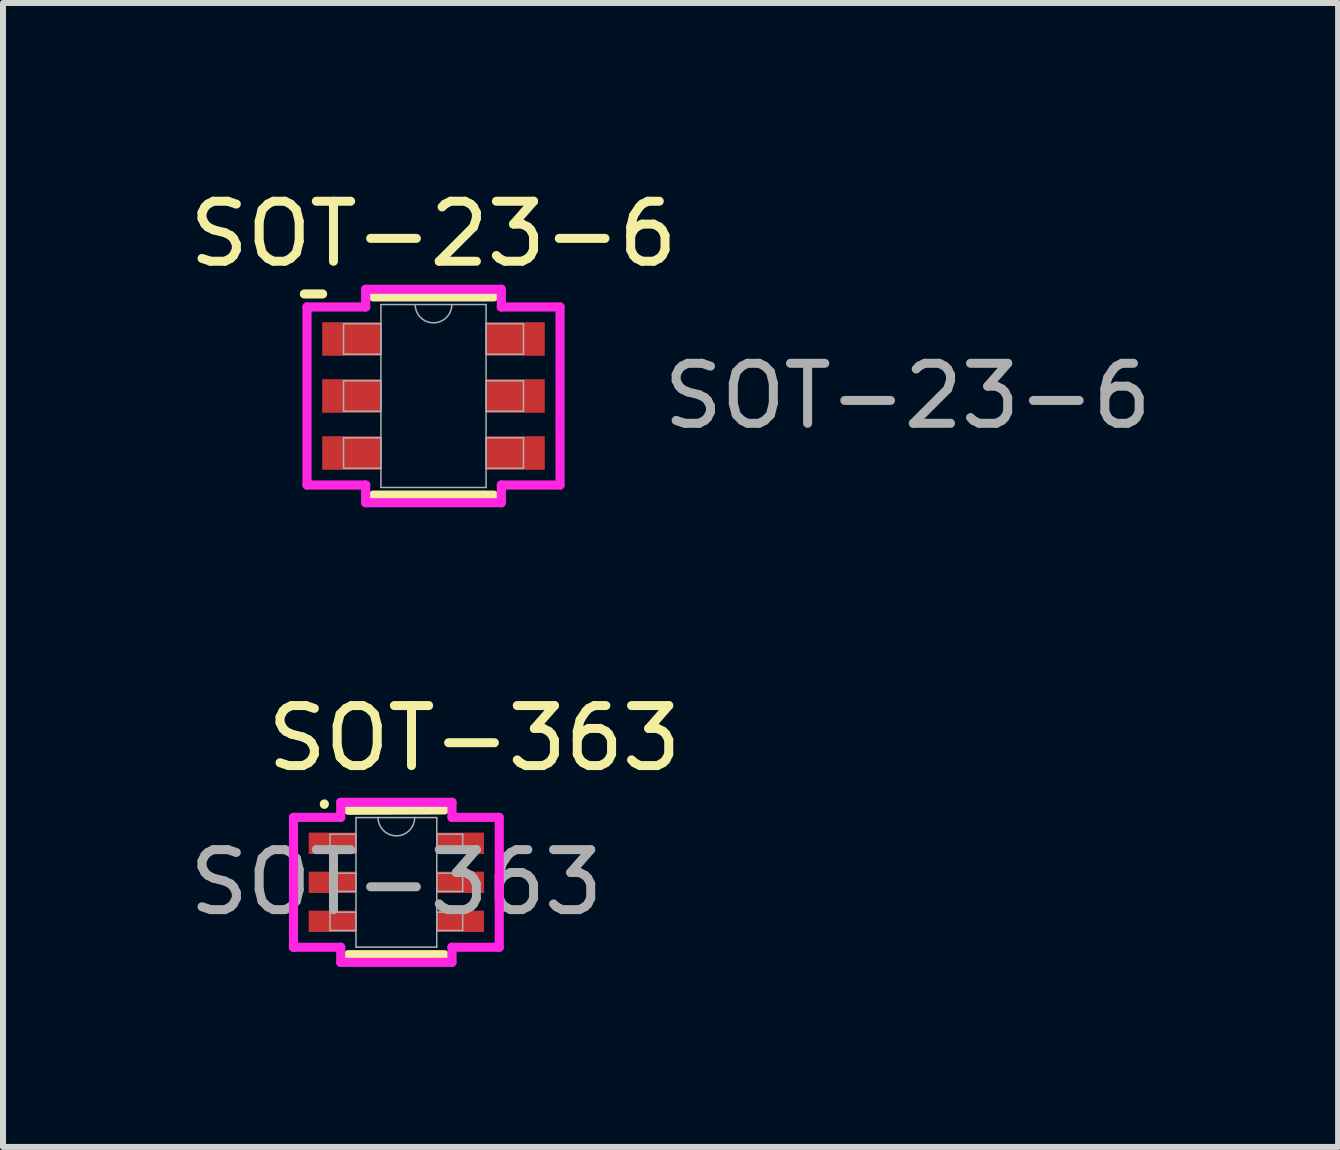
<source format=kicad_pcb>
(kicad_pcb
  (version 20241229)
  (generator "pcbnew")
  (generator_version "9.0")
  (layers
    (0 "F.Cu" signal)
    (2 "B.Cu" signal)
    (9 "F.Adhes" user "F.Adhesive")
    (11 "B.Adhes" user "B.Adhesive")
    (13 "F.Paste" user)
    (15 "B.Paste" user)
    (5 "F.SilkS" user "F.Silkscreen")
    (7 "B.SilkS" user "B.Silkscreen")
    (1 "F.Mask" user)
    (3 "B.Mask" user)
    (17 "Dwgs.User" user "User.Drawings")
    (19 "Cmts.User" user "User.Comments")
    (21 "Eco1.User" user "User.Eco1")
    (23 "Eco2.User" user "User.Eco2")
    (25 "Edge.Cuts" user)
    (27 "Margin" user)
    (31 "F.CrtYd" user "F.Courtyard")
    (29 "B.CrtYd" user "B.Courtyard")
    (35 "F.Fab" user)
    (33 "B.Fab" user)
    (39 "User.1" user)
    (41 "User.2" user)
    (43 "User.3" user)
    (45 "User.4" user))
  (footprint "SOT-363"
    (layer "F.Cu")
    (at 3.554 11.651)
    (property "Reference" "SOT-363" (at 1.3 -2.4 0) (unlocked yes) (layer "F.SilkS") (effects (font (size 1 1) (thickness 0.15))))
    (attr smd)
    (fp_line (start -1.2 -1.306) (end -1.2 -1.3) (stroke (width 0.152) (type solid)) (layer "F.SilkS"))
    (fp_line (start -0.8 1.206) (end 0.8 1.206) (stroke (width 0.152) (type solid)) (layer "F.SilkS"))
    (fp_line (start 0.8 -1.206) (end -0.8 -1.2) (stroke (width 0.152) (type solid)) (layer "F.SilkS"))
    (fp_line (start -1.714 -1.082) (end -0.927 -1.082) (stroke (width 0.152) (type solid)) (layer "F.CrtYd"))
    (fp_line (start -1.714 1.082) (end -1.714 -1.082) (stroke (width 0.152) (type solid)) (layer "F.CrtYd"))
    (fp_line (start -1.714 1.082) (end -0.927 1.082) (stroke (width 0.152) (type solid)) (layer "F.CrtYd"))
    (fp_line (start -0.927 -1.333) (end 0.927 -1.333) (stroke (width 0.152) (type solid)) (layer "F.CrtYd"))
    (fp_line (start -0.927 -1.082) (end -0.927 -1.333) (stroke (width 0.152) (type solid)) (layer "F.CrtYd"))
    (fp_line (start -0.927 1.333) (end -0.927 1.082) (stroke (width 0.152) (type solid)) (layer "F.CrtYd"))
    (fp_line (start 0.927 -1.333) (end 0.927 -1.082) (stroke (width 0.152) (type solid)) (layer "F.CrtYd"))
    (fp_line (start 0.927 1.082) (end 0.927 1.333) (stroke (width 0.152) (type solid)) (layer "F.CrtYd"))
    (fp_line (start 0.927 1.333) (end -0.927 1.333) (stroke (width 0.152) (type solid)) (layer "F.CrtYd"))
    (fp_line (start 1.714 -1.082) (end 0.927 -1.082) (stroke (width 0.152) (type solid)) (layer "F.CrtYd"))
    (fp_line (start 1.714 -1.082) (end 1.714 1.082) (stroke (width 0.152) (type solid)) (layer "F.CrtYd"))
    (fp_line (start 1.714 1.082) (end 0.927 1.082) (stroke (width 0.152) (type solid)) (layer "F.CrtYd"))
    (fp_line (start -1.105 -0.802) (end -1.105 -0.498) (stroke (width 0.025) (type solid)) (layer "F.Fab"))
    (fp_line (start -1.105 -0.498) (end -0.673 -0.498) (stroke (width 0.025) (type solid)) (layer "F.Fab"))
    (fp_line (start -1.105 -0.152) (end -1.105 0.152) (stroke (width 0.025) (type solid)) (layer "F.Fab"))
    (fp_line (start -1.105 0.152) (end -0.673 0.152) (stroke (width 0.025) (type solid)) (layer "F.Fab"))
    (fp_line (start -1.105 0.498) (end -1.105 0.802) (stroke (width 0.025) (type solid)) (layer "F.Fab"))
    (fp_line (start -1.105 0.802) (end -0.673 0.802) (stroke (width 0.025) (type solid)) (layer "F.Fab"))
    (fp_line (start -0.673 -1.079) (end -0.673 1.079) (stroke (width 0.025) (type solid)) (layer "F.Fab"))
    (fp_line (start -0.673 -0.802) (end -1.105 -0.802) (stroke (width 0.025) (type solid)) (layer "F.Fab"))
    (fp_line (start -0.673 -0.498) (end -0.673 -0.802) (stroke (width 0.025) (type solid)) (layer "F.Fab"))
    (fp_line (start -0.673 -0.152) (end -1.105 -0.152) (stroke (width 0.025) (type solid)) (layer "F.Fab"))
    (fp_line (start -0.673 0.152) (end -0.673 -0.152) (stroke (width 0.025) (type solid)) (layer "F.Fab"))
    (fp_line (start -0.673 0.498) (end -1.105 0.498) (stroke (width 0.025) (type solid)) (layer "F.Fab"))
    (fp_line (start -0.673 0.802) (end -0.673 0.498) (stroke (width 0.025) (type solid)) (layer "F.Fab"))
    (fp_line (start -0.673 1.079) (end 0.673 1.079) (stroke (width 0.025) (type solid)) (layer "F.Fab"))
    (fp_line (start 0.673 -1.079) (end -0.673 -1.079) (stroke (width 0.025) (type solid)) (layer "F.Fab"))
    (fp_line (start 0.673 -0.802) (end 0.673 -0.498) (stroke (width 0.025) (type solid)) (layer "F.Fab"))
    (fp_line (start 0.673 -0.498) (end 1.105 -0.498) (stroke (width 0.025) (type solid)) (layer "F.Fab"))
    (fp_line (start 0.673 -0.152) (end 0.673 0.152) (stroke (width 0.025) (type solid)) (layer "F.Fab"))
    (fp_line (start 0.673 0.152) (end 1.105 0.152) (stroke (width 0.025) (type solid)) (layer "F.Fab"))
    (fp_line (start 0.673 0.498) (end 0.673 0.802) (stroke (width 0.025) (type solid)) (layer "F.Fab"))
    (fp_line (start 0.673 0.802) (end 1.105 0.802) (stroke (width 0.025) (type solid)) (layer "F.Fab"))
    (fp_line (start 0.673 1.079) (end 0.673 -1.079) (stroke (width 0.025) (type solid)) (layer "F.Fab"))
    (fp_line (start 1.105 -0.802) (end 0.673 -0.802) (stroke (width 0.025) (type solid)) (layer "F.Fab"))
    (fp_line (start 1.105 -0.498) (end 1.105 -0.802) (stroke (width 0.025) (type solid)) (layer "F.Fab"))
    (fp_line (start 1.105 -0.152) (end 0.673 -0.152) (stroke (width 0.025) (type solid)) (layer "F.Fab"))
    (fp_line (start 1.105 0.152) (end 1.105 -0.152) (stroke (width 0.025) (type solid)) (layer "F.Fab"))
    (fp_line (start 1.105 0.498) (end 0.673 0.498) (stroke (width 0.025) (type solid)) (layer "F.Fab"))
    (fp_line (start 1.105 0.802) (end 1.105 0.498) (stroke (width 0.025) (type solid)) (layer "F.Fab"))
    (fp_arc (start 0.3048 -1.0795) (mid 0 -0.7747) (end -0.3048 -1.0795) (stroke (width 0.0254) (type solid)) (layer "F.Fab"))
    (fp_text user "${REFERENCE}" (at 0 0 0) (unlocked yes) (layer "F.Fab") (effects (font (size 1 1) (thickness 0.15))))
    (pad "1" smd rect (at -1.067 -0.65) (size 0.787 0.356) (layers "F.Cu" "F.Mask" "F.Paste"))
    (pad "2" smd rect (at -1.067 0) (size 0.787 0.356) (layers "F.Cu" "F.Mask" "F.Paste"))
    (pad "3" smd rect (at -1.067 0.65) (size 0.787 0.356) (layers "F.Cu" "F.Mask" "F.Paste"))
    (pad "4" smd rect (at 1.067 0.65) (size 0.787 0.356) (layers "F.Cu" "F.Mask" "F.Paste"))
    (pad "5" smd rect (at 1.067 0) (size 0.787 0.356) (layers "F.Cu" "F.Mask" "F.Paste"))
    (pad "6" smd rect (at 1.067 -0.65) (size 0.787 0.356) (layers "F.Cu" "F.Mask" "F.Paste")))
  (footprint "SOT-23-6"
    (layer "F.Cu")
    (at 4.173 3.548)
    (property "Reference" "SOT-23-6" (at 0 -2.7 0) (unlocked yes) (layer "F.SilkS") (effects (font (size 1 1) (thickness 0.15))))
    (attr smd)
    (fp_line (start -2.152 -1.7) (end -1.848 -1.7) (stroke (width 0.152) (type solid)) (layer "F.SilkS"))
    (fp_line (start -1.003 1.651) (end 1.003 1.651) (stroke (width 0.152) (type solid)) (layer "F.SilkS"))
    (fp_line (start 1.003 -1.651) (end -1.003 -1.651) (stroke (width 0.152) (type solid)) (layer "F.SilkS"))
    (fp_line (start -2.108 -1.483) (end -1.13 -1.483) (stroke (width 0.152) (type solid)) (layer "F.CrtYd"))
    (fp_line (start -2.108 1.483) (end -2.108 -1.483) (stroke (width 0.152) (type solid)) (layer "F.CrtYd"))
    (fp_line (start -2.108 1.483) (end -1.13 1.483) (stroke (width 0.152) (type solid)) (layer "F.CrtYd"))
    (fp_line (start -1.13 -1.778) (end 1.13 -1.778) (stroke (width 0.152) (type solid)) (layer "F.CrtYd"))
    (fp_line (start -1.13 -1.483) (end -1.13 -1.778) (stroke (width 0.152) (type solid)) (layer "F.CrtYd"))
    (fp_line (start -1.13 1.778) (end -1.13 1.483) (stroke (width 0.152) (type solid)) (layer "F.CrtYd"))
    (fp_line (start 1.13 -1.778) (end 1.13 -1.483) (stroke (width 0.152) (type solid)) (layer "F.CrtYd"))
    (fp_line (start 1.13 1.483) (end 1.13 1.778) (stroke (width 0.152) (type solid)) (layer "F.CrtYd"))
    (fp_line (start 1.13 1.778) (end -1.13 1.778) (stroke (width 0.152) (type solid)) (layer "F.CrtYd"))
    (fp_line (start 2.108 -1.483) (end 1.13 -1.483) (stroke (width 0.152) (type solid)) (layer "F.CrtYd"))
    (fp_line (start 2.108 -1.483) (end 2.108 1.483) (stroke (width 0.152) (type solid)) (layer "F.CrtYd"))
    (fp_line (start 2.108 1.483) (end 1.13 1.483) (stroke (width 0.152) (type solid)) (layer "F.CrtYd"))
    (fp_line (start -1.499 -1.204) (end -1.499 -0.696) (stroke (width 0.025) (type solid)) (layer "F.Fab"))
    (fp_line (start -1.499 -0.696) (end -0.876 -0.696) (stroke (width 0.025) (type solid)) (layer "F.Fab"))
    (fp_line (start -1.499 -0.254) (end -1.499 0.254) (stroke (width 0.025) (type solid)) (layer "F.Fab"))
    (fp_line (start -1.499 0.254) (end -0.876 0.254) (stroke (width 0.025) (type solid)) (layer "F.Fab"))
    (fp_line (start -1.499 0.696) (end -1.499 1.204) (stroke (width 0.025) (type solid)) (layer "F.Fab"))
    (fp_line (start -1.499 1.204) (end -0.876 1.204) (stroke (width 0.025) (type solid)) (layer "F.Fab"))
    (fp_line (start -0.876 -1.524) (end -0.876 1.524) (stroke (width 0.025) (type solid)) (layer "F.Fab"))
    (fp_line (start -0.876 -1.204) (end -1.499 -1.204) (stroke (width 0.025) (type solid)) (layer "F.Fab"))
    (fp_line (start -0.876 -0.696) (end -0.876 -1.204) (stroke (width 0.025) (type solid)) (layer "F.Fab"))
    (fp_line (start -0.876 -0.254) (end -1.499 -0.254) (stroke (width 0.025) (type solid)) (layer "F.Fab"))
    (fp_line (start -0.876 0.254) (end -0.876 -0.254) (stroke (width 0.025) (type solid)) (layer "F.Fab"))
    (fp_line (start -0.876 0.696) (end -1.499 0.696) (stroke (width 0.025) (type solid)) (layer "F.Fab"))
    (fp_line (start -0.876 1.204) (end -0.876 0.696) (stroke (width 0.025) (type solid)) (layer "F.Fab"))
    (fp_line (start -0.876 1.524) (end 0.876 1.524) (stroke (width 0.025) (type solid)) (layer "F.Fab"))
    (fp_line (start 0.876 -1.524) (end -0.876 -1.524) (stroke (width 0.025) (type solid)) (layer "F.Fab"))
    (fp_line (start 0.876 -1.204) (end 0.876 -0.696) (stroke (width 0.025) (type solid)) (layer "F.Fab"))
    (fp_line (start 0.876 -0.696) (end 1.499 -0.696) (stroke (width 0.025) (type solid)) (layer "F.Fab"))
    (fp_line (start 0.876 -0.254) (end 0.876 0.254) (stroke (width 0.025) (type solid)) (layer "F.Fab"))
    (fp_line (start 0.876 0.254) (end 1.499 0.254) (stroke (width 0.025) (type solid)) (layer "F.Fab"))
    (fp_line (start 0.876 0.696) (end 0.876 1.204) (stroke (width 0.025) (type solid)) (layer "F.Fab"))
    (fp_line (start 0.876 1.204) (end 1.499 1.204) (stroke (width 0.025) (type solid)) (layer "F.Fab"))
    (fp_line (start 0.876 1.524) (end 0.876 -1.524) (stroke (width 0.025) (type solid)) (layer "F.Fab"))
    (fp_line (start 1.499 -1.204) (end 0.876 -1.204) (stroke (width 0.025) (type solid)) (layer "F.Fab"))
    (fp_line (start 1.499 -0.696) (end 1.499 -1.204) (stroke (width 0.025) (type solid)) (layer "F.Fab"))
    (fp_line (start 1.499 -0.254) (end 0.876 -0.254) (stroke (width 0.025) (type solid)) (layer "F.Fab"))
    (fp_line (start 1.499 0.254) (end 1.499 -0.254) (stroke (width 0.025) (type solid)) (layer "F.Fab"))
    (fp_line (start 1.499 0.696) (end 0.876 0.696) (stroke (width 0.025) (type solid)) (layer "F.Fab"))
    (fp_line (start 1.499 1.204) (end 1.499 0.696) (stroke (width 0.025) (type solid)) (layer "F.Fab"))
    (fp_arc (start 0.3048 -1.524) (mid 0 -1.2192) (end -0.3048 -1.524) (stroke (width 0.0254) (type solid)) (layer "F.Fab"))
    (fp_text user "${REFERENCE}" (at 7.9 0 0) (unlocked yes) (layer "F.Fab") (effects (font (size 1 1) (thickness 0.15))))
    (pad "1" smd rect (at -1.365 -0.95) (size 0.978 0.559) (layers "F.Cu" "F.Mask" "F.Paste"))
    (pad "2" smd rect (at -1.365 0) (size 0.978 0.559) (layers "F.Cu" "F.Mask" "F.Paste"))
    (pad "3" smd rect (at -1.365 0.95) (size 0.978 0.559) (layers "F.Cu" "F.Mask" "F.Paste"))
    (pad "4" smd rect (at 1.365 0.95) (size 0.978 0.559) (layers "F.Cu" "F.Mask" "F.Paste"))
    (pad "5" smd rect (at 1.365 0) (size 0.978 0.559) (layers "F.Cu" "F.Mask" "F.Paste"))
    (pad "6" smd rect (at 1.365 -0.95) (size 0.978 0.559) (layers "F.Cu" "F.Mask" "F.Paste")))
  (gr_rect
    (start -3 -3)
    (end 19.245 16.06)
    (stroke (width 0.1) (type default))
    (fill no)
    (layer "Edge.Cuts")))
</source>
